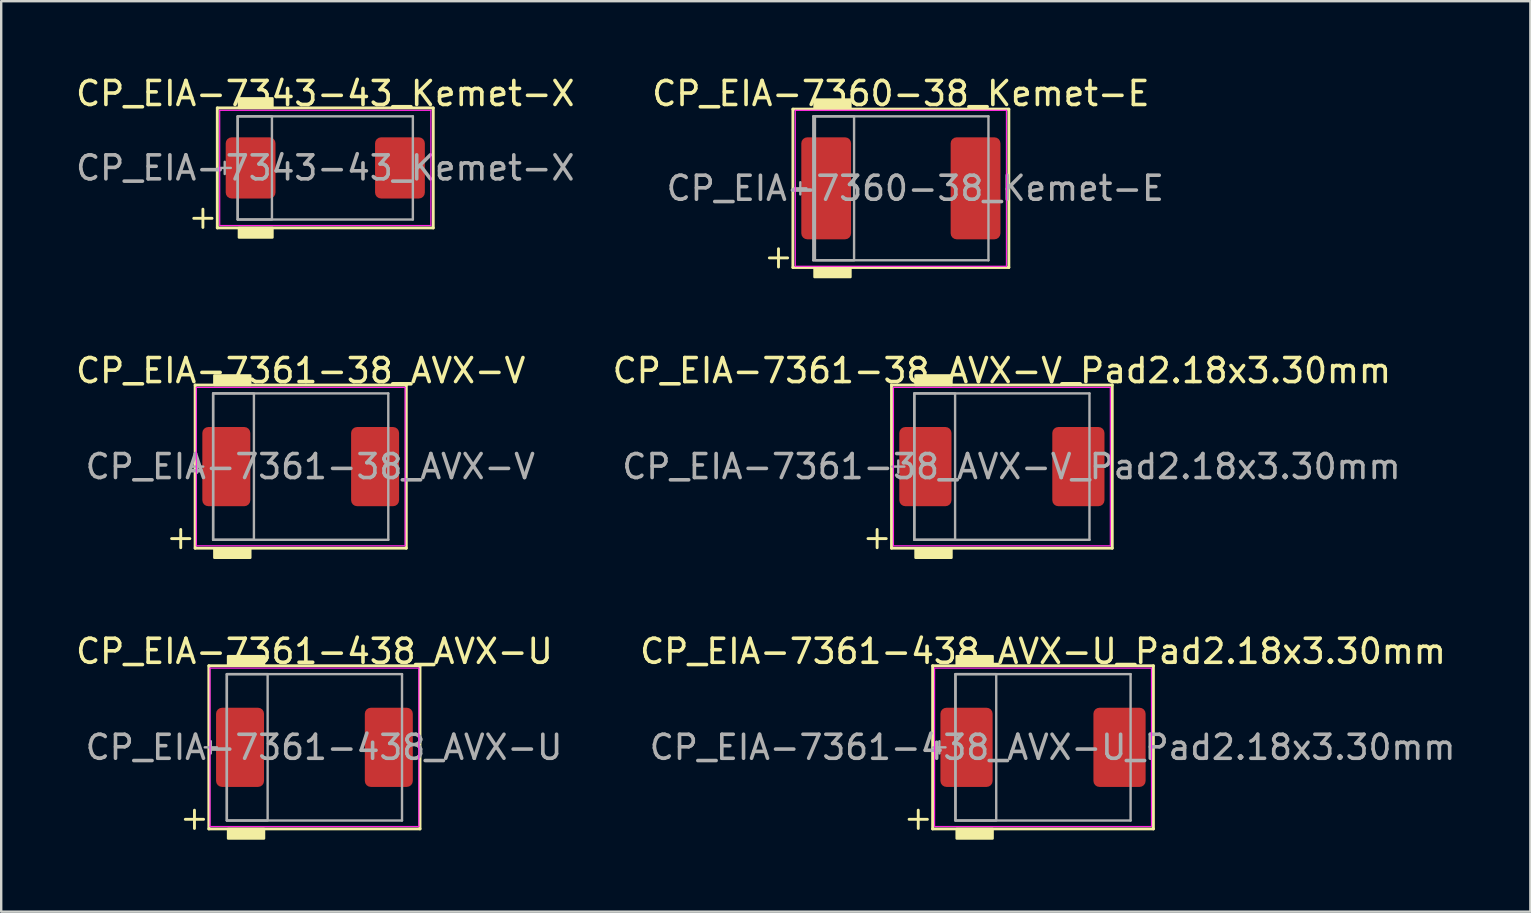
<source format=kicad_pcb>
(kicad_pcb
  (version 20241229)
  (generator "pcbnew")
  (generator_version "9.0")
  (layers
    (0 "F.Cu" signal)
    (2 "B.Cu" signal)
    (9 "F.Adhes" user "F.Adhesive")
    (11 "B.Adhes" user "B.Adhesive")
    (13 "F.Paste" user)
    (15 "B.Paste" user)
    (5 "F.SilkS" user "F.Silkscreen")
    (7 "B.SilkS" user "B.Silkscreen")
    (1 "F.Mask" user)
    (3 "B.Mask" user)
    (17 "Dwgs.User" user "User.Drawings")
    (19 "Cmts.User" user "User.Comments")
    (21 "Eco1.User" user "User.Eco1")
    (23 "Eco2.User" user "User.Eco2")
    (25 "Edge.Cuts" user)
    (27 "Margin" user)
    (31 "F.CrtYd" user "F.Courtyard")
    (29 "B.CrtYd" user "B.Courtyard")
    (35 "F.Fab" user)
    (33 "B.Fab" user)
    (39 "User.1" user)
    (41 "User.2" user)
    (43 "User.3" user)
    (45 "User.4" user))
  (footprint "CP_EIA-7361-38_AVX-V_Pad2.18x3.30mm"
    (layer "F.Cu")
    (at 38.704 16.396)
    (property "Reference" "CP_EIA-7361-38_AVX-V_Pad2.18x3.30mm" (at 0 -4 0) (layer "F.SilkS") (effects (font (size 1 1) (thickness 0.15))))
    (attr smd)
    (fp_line (start -5.581 3) (end -4.819 3) (stroke (width 0.12) (type solid)) (layer "F.SilkS"))
    (fp_line (start -5.2 2.619) (end -5.2 3.381) (stroke (width 0.12) (type solid)) (layer "F.SilkS"))
    (fp_line (start -4.6 -3.4) (end -4.6 3.4) (stroke (width 0.12) (type solid)) (layer "F.SilkS"))
    (fp_line (start -4.6 3.4) (end 4.6 3.4) (stroke (width 0.12) (type solid)) (layer "F.SilkS"))
    (fp_line (start 4.6 -3.4) (end -4.6 -3.4) (stroke (width 0.12) (type solid)) (layer "F.SilkS"))
    (fp_line (start 4.6 3.4) (end 4.6 -3.4) (stroke (width 0.12) (type solid)) (layer "F.SilkS"))
    (fp_poly (pts (xy -2.1 -3.4) (xy -3.6 -3.4) (xy -3.6 -3.8) (xy -2.1 -3.8)) (stroke (width 0.1) (type solid)) (fill yes) (layer "F.SilkS"))
    (fp_poly (pts (xy -2.1 3.8) (xy -3.6 3.8) (xy -3.6 3.4) (xy -2.1 3.4)) (stroke (width 0.1) (type solid)) (fill yes) (layer "F.SilkS"))
    (fp_line (start -4.52 -3.3) (end 4.52 -3.3) (stroke (width 0.05) (type solid)) (layer "F.CrtYd"))
    (fp_line (start -4.52 3.3) (end -4.52 -3.3) (stroke (width 0.05) (type solid)) (layer "F.CrtYd"))
    (fp_line (start 4.52 -3.3) (end 4.52 3.3) (stroke (width 0.05) (type solid)) (layer "F.CrtYd"))
    (fp_line (start 4.52 3.3) (end -4.52 3.3) (stroke (width 0.05) (type solid)) (layer "F.CrtYd"))
    (fp_line (start -4.318 -0.254) (end -4.318 0.254) (stroke (width 0.1) (type solid)) (layer "F.Fab"))
    (fp_line (start -4.064 0) (end -4.572 0) (stroke (width 0.1) (type solid)) (layer "F.Fab"))
    (fp_line (start -3.65 -3.05) (end -3.65 3.05) (stroke (width 0.1) (type solid)) (layer "F.Fab"))
    (fp_line (start -3.65 3.05) (end 3.65 3.05) (stroke (width 0.1) (type solid)) (layer "F.Fab"))
    (fp_line (start 3.65 -3.05) (end -3.65 -3.05) (stroke (width 0.1) (type solid)) (layer "F.Fab"))
    (fp_line (start 3.65 3.05) (end 3.65 -3.05) (stroke (width 0.1) (type solid)) (layer "F.Fab"))
    (fp_rect (start -3.65 -3.05) (end -1.95 3.05) (stroke (width 0.1) (type solid)) (fill no) (layer "F.Fab"))
    (fp_text user "${REFERENCE}" (at 0.4 0 0) (layer "F.Fab") (effects (font (size 1 1) (thickness 0.15))))
    (pad "1" smd roundrect (at -3.188 0) (size 2.175 3.3) (layers "F.Cu" "F.Mask" "F.Paste") (roundrect_rratio 0.115))
    (pad "2" smd roundrect (at 3.188 0) (size 2.175 3.3) (layers "F.Cu" "F.Mask" "F.Paste") (roundrect_rratio 0.115)))
  (footprint "CP_EIA-7360-38_Kemet-E"
    (layer "F.Cu")
    (at 34.494 4.798)
    (property "Reference" "CP_EIA-7360-38_Kemet-E" (at 0 -3.95 0) (layer "F.SilkS") (effects (font (size 1 1) (thickness 0.15))))
    (attr smd)
    (fp_line (start -5.481 2.9) (end -4.719 2.9) (stroke (width 0.12) (type solid)) (layer "F.SilkS"))
    (fp_line (start -5.1 2.519) (end -5.1 3.281) (stroke (width 0.12) (type solid)) (layer "F.SilkS"))
    (fp_line (start -4.5 -3.3) (end -4.5 3.3) (stroke (width 0.12) (type solid)) (layer "F.SilkS"))
    (fp_line (start -4.5 3.3) (end 4.5 3.3) (stroke (width 0.12) (type solid)) (layer "F.SilkS"))
    (fp_line (start 4.5 -3.3) (end -4.5 -3.3) (stroke (width 0.12) (type solid)) (layer "F.SilkS"))
    (fp_line (start 4.5 3.3) (end 4.5 -3.3) (stroke (width 0.12) (type solid)) (layer "F.SilkS"))
    (fp_poly (pts (xy -2.1 -3.3) (xy -3.6 -3.3) (xy -3.6 -3.7) (xy -2.1 -3.7)) (stroke (width 0.1) (type solid)) (fill yes) (layer "F.SilkS"))
    (fp_poly (pts (xy -2.1 3.7) (xy -3.6 3.7) (xy -3.6 3.3) (xy -2.1 3.3)) (stroke (width 0.1) (type solid)) (fill yes) (layer "F.SilkS"))
    (fp_line (start -4.4 -3.25) (end 4.4 -3.25) (stroke (width 0.05) (type solid)) (layer "F.CrtYd"))
    (fp_line (start -4.4 3.25) (end -4.4 -3.25) (stroke (width 0.05) (type solid)) (layer "F.CrtYd"))
    (fp_line (start 4.4 -3.25) (end 4.4 3.25) (stroke (width 0.05) (type solid)) (layer "F.CrtYd"))
    (fp_line (start 4.4 3.25) (end -4.4 3.25) (stroke (width 0.05) (type solid)) (layer "F.CrtYd"))
    (fp_line (start -4.191 -0.254) (end -4.191 0.254) (stroke (width 0.1) (type solid)) (layer "F.Fab"))
    (fp_line (start -3.937 0) (end -4.445 0) (stroke (width 0.1) (type solid)) (layer "F.Fab"))
    (fp_line (start -3.65 -3) (end -3.65 3) (stroke (width 0.1) (type solid)) (layer "F.Fab"))
    (fp_line (start -3.65 3) (end 3.65 3) (stroke (width 0.1) (type solid)) (layer "F.Fab"))
    (fp_line (start 3.65 -3) (end -3.65 -3) (stroke (width 0.1) (type solid)) (layer "F.Fab"))
    (fp_line (start 3.65 3) (end 3.65 -3) (stroke (width 0.1) (type solid)) (layer "F.Fab"))
    (fp_rect (start -3.581 -3) (end -1.95 3) (stroke (width 0.1) (type solid)) (fill no) (layer "F.Fab"))
    (fp_text user "${REFERENCE}" (at 0.6 0 0) (layer "F.Fab") (effects (font (size 1 1) (thickness 0.15))))
    (pad "1" smd roundrect (at -3.112 0) (size 2.075 4.25) (layers "F.Cu" "F.Mask" "F.Paste") (roundrect_rratio 0.12))
    (pad "2" smd roundrect (at 3.112 0) (size 2.075 4.25) (layers "F.Cu" "F.Mask" "F.Paste") (roundrect_rratio 0.12)))
  (footprint "CP_EIA-7361-38_AVX-V"
    (layer "F.Cu")
    (at 9.482 16.396)
    (property "Reference" "CP_EIA-7361-38_AVX-V" (at 0 -4 0) (layer "F.SilkS") (effects (font (size 1 1) (thickness 0.15))))
    (attr smd)
    (fp_line (start -5.381 3) (end -4.619 3) (stroke (width 0.12) (type solid)) (layer "F.SilkS"))
    (fp_line (start -5 2.619) (end -5 3.381) (stroke (width 0.12) (type solid)) (layer "F.SilkS"))
    (fp_line (start -4.4 -3.4) (end -4.4 3.4) (stroke (width 0.12) (type solid)) (layer "F.SilkS"))
    (fp_line (start -4.4 3.4) (end 4.4 3.4) (stroke (width 0.12) (type solid)) (layer "F.SilkS"))
    (fp_line (start 4.4 -3.4) (end -4.4 -3.4) (stroke (width 0.12) (type solid)) (layer "F.SilkS"))
    (fp_line (start 4.4 3.4) (end 4.4 -3.4) (stroke (width 0.12) (type solid)) (layer "F.SilkS"))
    (fp_poly (pts (xy -2.1 -3.4) (xy -3.6 -3.4) (xy -3.6 -3.8) (xy -2.1 -3.8)) (stroke (width 0.1) (type solid)) (fill yes) (layer "F.SilkS"))
    (fp_poly (pts (xy -2.1 3.8) (xy -3.6 3.8) (xy -3.6 3.4) (xy -2.1 3.4)) (stroke (width 0.1) (type solid)) (fill yes) (layer "F.SilkS"))
    (fp_line (start -4.35 -3.3) (end 4.35 -3.3) (stroke (width 0.05) (type solid)) (layer "F.CrtYd"))
    (fp_line (start -4.35 3.3) (end -4.35 -3.3) (stroke (width 0.05) (type solid)) (layer "F.CrtYd"))
    (fp_line (start 4.35 -3.3) (end 4.35 3.3) (stroke (width 0.05) (type solid)) (layer "F.CrtYd"))
    (fp_line (start 4.35 3.3) (end -4.35 3.3) (stroke (width 0.05) (type solid)) (layer "F.CrtYd"))
    (fp_line (start -4.318 -0.254) (end -4.318 0.254) (stroke (width 0.1) (type solid)) (layer "F.Fab"))
    (fp_line (start -4.064 0) (end -4.572 0) (stroke (width 0.1) (type solid)) (layer "F.Fab"))
    (fp_line (start -3.65 -3.05) (end -3.65 3.05) (stroke (width 0.1) (type solid)) (layer "F.Fab"))
    (fp_line (start -3.65 3.05) (end 3.65 3.05) (stroke (width 0.1) (type solid)) (layer "F.Fab"))
    (fp_line (start 3.65 -3.05) (end -3.65 -3.05) (stroke (width 0.1) (type solid)) (layer "F.Fab"))
    (fp_line (start 3.65 3.05) (end 3.65 -3.05) (stroke (width 0.1) (type solid)) (layer "F.Fab"))
    (fp_rect (start -3.65 -3.05) (end -1.95 3.05) (stroke (width 0.1) (type solid)) (fill no) (layer "F.Fab"))
    (fp_text user "${REFERENCE}" (at 0.4 0 0) (layer "F.Fab") (effects (font (size 1 1) (thickness 0.15))))
    (pad "1" smd roundrect (at -3.1 0) (size 2 3.3) (layers "F.Cu" "F.Mask" "F.Paste") (roundrect_rratio 0.125))
    (pad "2" smd roundrect (at 3.1 0) (size 2 3.3) (layers "F.Cu" "F.Mask" "F.Paste") (roundrect_rratio 0.125)))
  (footprint "CP_EIA-7361-438_AVX-U"
    (layer "F.Cu")
    (at 10.054 28.095)
    (property "Reference" "CP_EIA-7361-438_AVX-U" (at 0 -4 0) (layer "F.SilkS") (effects (font (size 1 1) (thickness 0.15))))
    (attr smd)
    (fp_line (start -5.381 3) (end -4.619 3) (stroke (width 0.12) (type solid)) (layer "F.SilkS"))
    (fp_line (start -5 2.619) (end -5 3.381) (stroke (width 0.12) (type solid)) (layer "F.SilkS"))
    (fp_line (start -4.4 -3.4) (end -4.4 3.4) (stroke (width 0.12) (type solid)) (layer "F.SilkS"))
    (fp_line (start -4.4 3.4) (end 4.4 3.4) (stroke (width 0.12) (type solid)) (layer "F.SilkS"))
    (fp_line (start 4.4 -3.4) (end -4.4 -3.4) (stroke (width 0.12) (type solid)) (layer "F.SilkS"))
    (fp_line (start 4.4 3.4) (end 4.4 -3.4) (stroke (width 0.12) (type solid)) (layer "F.SilkS"))
    (fp_poly (pts (xy -2.1 -3.4) (xy -3.6 -3.4) (xy -3.6 -3.8) (xy -2.1 -3.8)) (stroke (width 0.1) (type solid)) (fill yes) (layer "F.SilkS"))
    (fp_poly (pts (xy -2.1 3.8) (xy -3.6 3.8) (xy -3.6 3.4) (xy -2.1 3.4)) (stroke (width 0.1) (type solid)) (fill yes) (layer "F.SilkS"))
    (fp_line (start -4.35 -3.3) (end 4.35 -3.3) (stroke (width 0.05) (type solid)) (layer "F.CrtYd"))
    (fp_line (start -4.35 3.3) (end -4.35 -3.3) (stroke (width 0.05) (type solid)) (layer "F.CrtYd"))
    (fp_line (start 4.35 -3.3) (end 4.35 3.3) (stroke (width 0.05) (type solid)) (layer "F.CrtYd"))
    (fp_line (start 4.35 3.3) (end -4.35 3.3) (stroke (width 0.05) (type solid)) (layer "F.CrtYd"))
    (fp_line (start -4.318 -0.254) (end -4.318 0.254) (stroke (width 0.1) (type solid)) (layer "F.Fab"))
    (fp_line (start -4.064 0) (end -4.572 0) (stroke (width 0.1) (type solid)) (layer "F.Fab"))
    (fp_line (start -3.65 -3.05) (end -3.65 3.05) (stroke (width 0.1) (type solid)) (layer "F.Fab"))
    (fp_line (start -3.65 3.05) (end 3.65 3.05) (stroke (width 0.1) (type solid)) (layer "F.Fab"))
    (fp_line (start 3.65 -3.05) (end -3.65 -3.05) (stroke (width 0.1) (type solid)) (layer "F.Fab"))
    (fp_line (start 3.65 3.05) (end 3.65 -3.05) (stroke (width 0.1) (type solid)) (layer "F.Fab"))
    (fp_rect (start -3.65 -3.05) (end -1.95 3.05) (stroke (width 0.1) (type solid)) (fill no) (layer "F.Fab"))
    (fp_text user "${REFERENCE}" (at 0.4 0 0) (layer "F.Fab") (effects (font (size 1 1) (thickness 0.15))))
    (pad "1" smd roundrect (at -3.1 0) (size 2 3.3) (layers "F.Cu" "F.Mask" "F.Paste") (roundrect_rratio 0.125))
    (pad "2" smd roundrect (at 3.1 0) (size 2 3.3) (layers "F.Cu" "F.Mask" "F.Paste") (roundrect_rratio 0.125)))
  (footprint "CP_EIA-7361-438_AVX-U_Pad2.18x3.30mm"
    (layer "F.Cu")
    (at 40.418 28.095)
    (property "Reference" "CP_EIA-7361-438_AVX-U_Pad2.18x3.30mm" (at 0 -4 0) (layer "F.SilkS") (effects (font (size 1 1) (thickness 0.15))))
    (attr smd)
    (fp_line (start -5.581 3) (end -4.819 3) (stroke (width 0.12) (type solid)) (layer "F.SilkS"))
    (fp_line (start -5.2 2.619) (end -5.2 3.381) (stroke (width 0.12) (type solid)) (layer "F.SilkS"))
    (fp_line (start -4.6 -3.4) (end -4.6 3.4) (stroke (width 0.12) (type solid)) (layer "F.SilkS"))
    (fp_line (start -4.6 3.4) (end 4.6 3.4) (stroke (width 0.12) (type solid)) (layer "F.SilkS"))
    (fp_line (start 4.6 -3.4) (end -4.6 -3.4) (stroke (width 0.12) (type solid)) (layer "F.SilkS"))
    (fp_line (start 4.6 3.4) (end 4.6 -3.4) (stroke (width 0.12) (type solid)) (layer "F.SilkS"))
    (fp_poly (pts (xy -2.1 -3.4) (xy -3.6 -3.4) (xy -3.6 -3.8) (xy -2.1 -3.8)) (stroke (width 0.1) (type solid)) (fill yes) (layer "F.SilkS"))
    (fp_poly (pts (xy -2.1 3.8) (xy -3.6 3.8) (xy -3.6 3.4) (xy -2.1 3.4)) (stroke (width 0.1) (type solid)) (fill yes) (layer "F.SilkS"))
    (fp_line (start -4.52 -3.3) (end 4.52 -3.3) (stroke (width 0.05) (type solid)) (layer "F.CrtYd"))
    (fp_line (start -4.52 3.3) (end -4.52 -3.3) (stroke (width 0.05) (type solid)) (layer "F.CrtYd"))
    (fp_line (start 4.52 -3.3) (end 4.52 3.3) (stroke (width 0.05) (type solid)) (layer "F.CrtYd"))
    (fp_line (start 4.52 3.3) (end -4.52 3.3) (stroke (width 0.05) (type solid)) (layer "F.CrtYd"))
    (fp_line (start -4.318 -0.254) (end -4.318 0.254) (stroke (width 0.1) (type solid)) (layer "F.Fab"))
    (fp_line (start -4.064 0) (end -4.572 0) (stroke (width 0.1) (type solid)) (layer "F.Fab"))
    (fp_line (start -3.65 -3.05) (end -3.65 3.05) (stroke (width 0.1) (type solid)) (layer "F.Fab"))
    (fp_line (start -3.65 3.05) (end 3.65 3.05) (stroke (width 0.1) (type solid)) (layer "F.Fab"))
    (fp_line (start 3.65 -3.05) (end -3.65 -3.05) (stroke (width 0.1) (type solid)) (layer "F.Fab"))
    (fp_line (start 3.65 3.05) (end 3.65 -3.05) (stroke (width 0.1) (type solid)) (layer "F.Fab"))
    (fp_rect (start -3.65 -3.05) (end -1.95 3.05) (stroke (width 0.1) (type solid)) (fill no) (layer "F.Fab"))
    (fp_text user "${REFERENCE}" (at 0.4 0 0) (layer "F.Fab") (effects (font (size 1 1) (thickness 0.15))))
    (pad "1" smd roundrect (at -3.188 0) (size 2.175 3.3) (layers "F.Cu" "F.Mask" "F.Paste") (roundrect_rratio 0.115))
    (pad "2" smd roundrect (at 3.188 0) (size 2.175 3.3) (layers "F.Cu" "F.Mask" "F.Paste") (roundrect_rratio 0.115)))
  (footprint "CP_EIA-7343-43_Kemet-X"
    (layer "F.Cu")
    (at 10.506 3.948)
    (property "Reference" "CP_EIA-7343-43_Kemet-X" (at 0 -3.1 0) (layer "F.SilkS") (effects (font (size 1 1) (thickness 0.15))))
    (attr smd)
    (fp_line (start -5.481 2.1) (end -4.719 2.1) (stroke (width 0.12) (type solid)) (layer "F.SilkS"))
    (fp_line (start -5.1 1.719) (end -5.1 2.481) (stroke (width 0.12) (type solid)) (layer "F.SilkS"))
    (fp_line (start -4.5 -2.5) (end -4.5 2.5) (stroke (width 0.12) (type solid)) (layer "F.SilkS"))
    (fp_line (start -4.5 2.5) (end 4.5 2.5) (stroke (width 0.12) (type solid)) (layer "F.SilkS"))
    (fp_line (start 4.5 -2.5) (end -4.5 -2.5) (stroke (width 0.12) (type solid)) (layer "F.SilkS"))
    (fp_line (start 4.5 2.5) (end 4.5 -2.5) (stroke (width 0.12) (type solid)) (layer "F.SilkS"))
    (fp_poly (pts (xy -2.2 -2.5) (xy -3.6 -2.5) (xy -3.6 -2.9) (xy -2.2 -2.9)) (stroke (width 0.1) (type solid)) (fill yes) (layer "F.SilkS"))
    (fp_poly (pts (xy -2.2 2.9) (xy -3.6 2.9) (xy -3.6 2.5) (xy -2.2 2.5)) (stroke (width 0.1) (type solid)) (fill yes) (layer "F.SilkS"))
    (fp_line (start -4.4 -2.4) (end 4.4 -2.4) (stroke (width 0.05) (type solid)) (layer "F.CrtYd"))
    (fp_line (start -4.4 2.4) (end -4.4 -2.4) (stroke (width 0.05) (type solid)) (layer "F.CrtYd"))
    (fp_line (start 4.4 -2.4) (end 4.4 2.4) (stroke (width 0.05) (type solid)) (layer "F.CrtYd"))
    (fp_line (start 4.4 2.4) (end -4.4 2.4) (stroke (width 0.05) (type solid)) (layer "F.CrtYd"))
    (fp_line (start -4.191 -0.254) (end -4.191 0.254) (stroke (width 0.1) (type solid)) (layer "F.Fab"))
    (fp_line (start -3.937 0) (end -4.445 0) (stroke (width 0.1) (type solid)) (layer "F.Fab"))
    (fp_line (start -3.65 -2.15) (end -3.65 2.15) (stroke (width 0.1) (type solid)) (layer "F.Fab"))
    (fp_line (start -3.65 2.15) (end 3.65 2.15) (stroke (width 0.1) (type solid)) (layer "F.Fab"))
    (fp_line (start 3.65 -2.15) (end -3.65 -2.15) (stroke (width 0.1) (type solid)) (layer "F.Fab"))
    (fp_line (start 3.65 2.15) (end 3.65 -2.15) (stroke (width 0.1) (type solid)) (layer "F.Fab"))
    (fp_rect (start -3.65 -2.15) (end -2.223 2.15) (stroke (width 0.1) (type solid)) (fill no) (layer "F.Fab"))
    (fp_text user "${REFERENCE}" (at 0 0 0) (layer "F.Fab") (effects (font (size 1 1) (thickness 0.15))))
    (pad "1" smd roundrect (at -3.112 0) (size 2.075 2.55) (layers "F.Cu" "F.Mask" "F.Paste") (roundrect_rratio 0.12))
    (pad "2" smd roundrect (at 3.112 0) (size 2.075 2.55) (layers "F.Cu" "F.Mask" "F.Paste") (roundrect_rratio 0.12)))
  (gr_rect
    (start -3 -3)
    (end 60.729 34.945)
    (stroke (width 0.1) (type default))
    (fill no)
    (layer "Edge.Cuts")))
</source>
